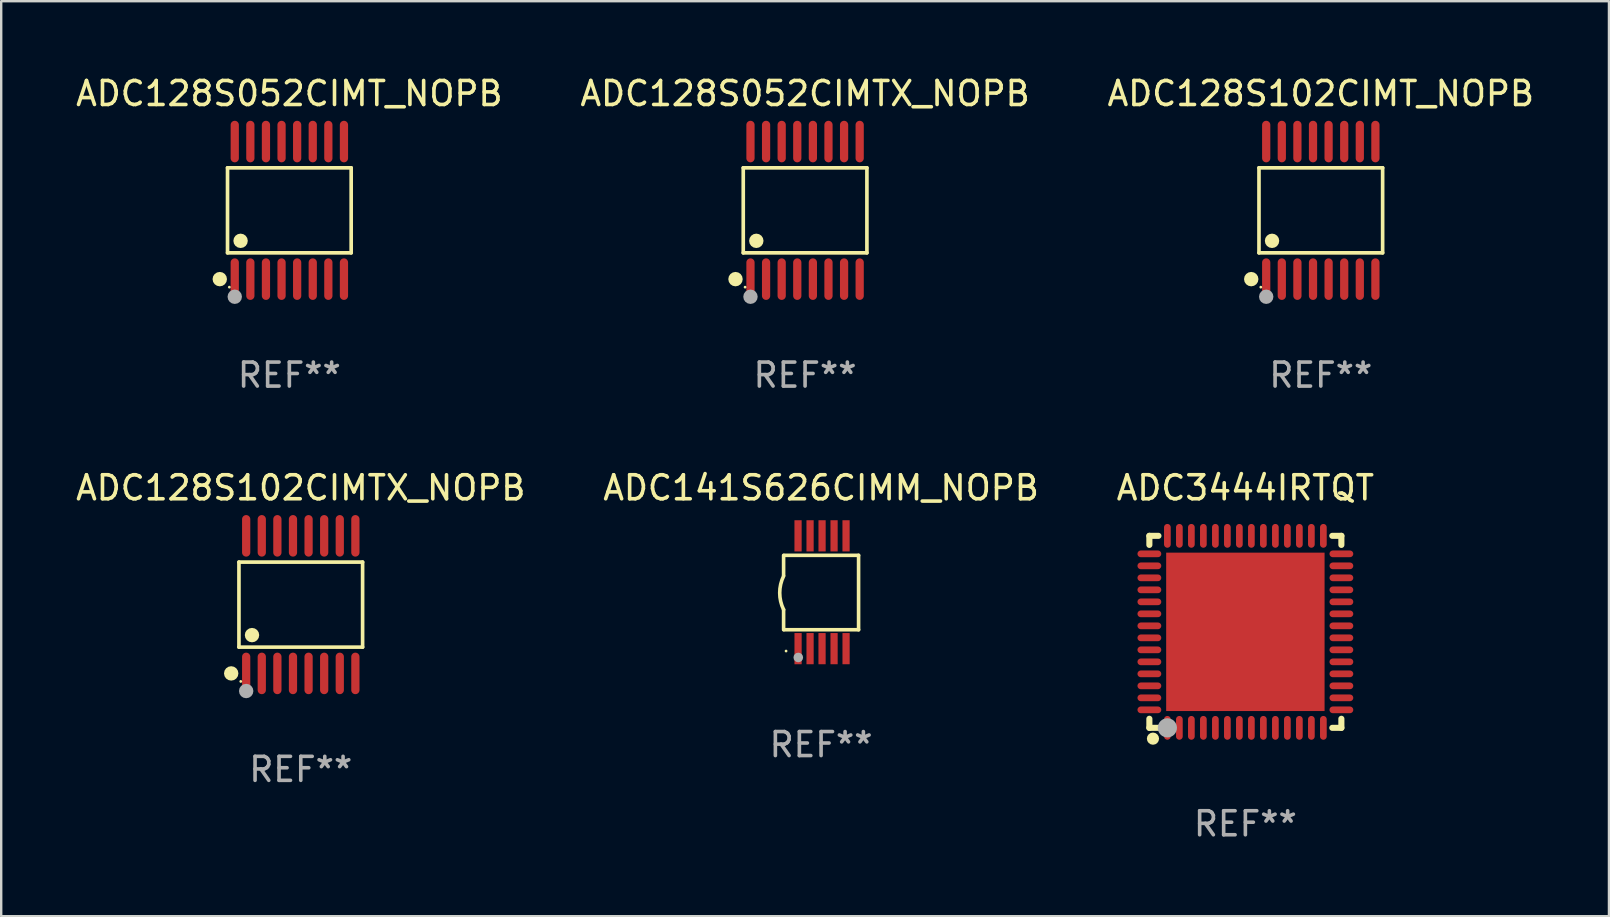
<source format=kicad_pcb>
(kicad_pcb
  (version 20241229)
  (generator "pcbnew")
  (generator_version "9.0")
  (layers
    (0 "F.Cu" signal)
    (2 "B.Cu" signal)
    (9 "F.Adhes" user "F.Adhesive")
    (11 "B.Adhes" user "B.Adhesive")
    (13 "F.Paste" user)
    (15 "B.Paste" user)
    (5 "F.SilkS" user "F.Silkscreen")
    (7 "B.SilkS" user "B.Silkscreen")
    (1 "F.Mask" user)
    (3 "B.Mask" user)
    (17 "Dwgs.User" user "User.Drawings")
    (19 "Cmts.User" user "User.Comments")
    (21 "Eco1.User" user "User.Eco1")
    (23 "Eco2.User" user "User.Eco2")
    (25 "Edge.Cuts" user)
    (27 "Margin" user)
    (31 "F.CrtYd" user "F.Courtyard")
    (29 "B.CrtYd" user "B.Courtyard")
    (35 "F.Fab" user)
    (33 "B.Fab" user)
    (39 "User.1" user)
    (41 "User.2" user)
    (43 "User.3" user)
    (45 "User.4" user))
  (footprint "ADC128S052CIMT_NOPB"
    (layer "F.Cu")
    (at 9.006 5.714)
    (property "Reference" "ADC128S052CIMT_NOPB" (at 0 -4.866 0) (layer "F.SilkS") (effects (font (size 1 1) (thickness 0.15))))
    (attr through_hole)
    (fp_line (start -2.576 -1.772) (end 2.576 -1.772) (stroke (width 0.152) (type solid)) (layer "F.SilkS"))
    (fp_line (start -2.576 1.771) (end -2.576 -1.772) (stroke (width 0.152) (type solid)) (layer "F.SilkS"))
    (fp_line (start 2.576 -1.772) (end 2.576 1.771) (stroke (width 0.152) (type solid)) (layer "F.SilkS"))
    (fp_line (start 2.576 1.771) (end -2.576 1.771) (stroke (width 0.152) (type solid)) (layer "F.SilkS"))
    (fp_circle (center -2.899 2.866) (end -2.749 2.866) (stroke (width 0.3) (type solid)) (fill no) (layer "F.SilkS"))
    (fp_circle (center -2.5 3.2) (end -2.47 3.2) (stroke (width 0.06) (type solid)) (fill no) (layer "F.SilkS"))
    (fp_circle (center -2.032 1.27) (end -1.882 1.27) (stroke (width 0.3) (type solid)) (fill no) (layer "F.SilkS"))
    (fp_circle (center -2.275 3.6) (end -2.125 3.6) (stroke (width 0.3) (type solid)) (fill no) (layer "F.Fab"))
    (fp_text user "REF**" (at 0 6.866 0) (layer "F.Fab") (effects (font (size 1 1) (thickness 0.15))))
    (pad "1" smd oval (at -2.275 2.866) (size 0.343 1.731) (layers "F.Cu" "F.Mask" "F.Paste"))
    (pad "2" smd oval (at -1.625 2.866) (size 0.343 1.731) (layers "F.Cu" "F.Mask" "F.Paste"))
    (pad "3" smd oval (at -0.975 2.866) (size 0.343 1.731) (layers "F.Cu" "F.Mask" "F.Paste"))
    (pad "4" smd oval (at -0.325 2.866) (size 0.343 1.731) (layers "F.Cu" "F.Mask" "F.Paste"))
    (pad "5" smd oval (at 0.325 2.866) (size 0.343 1.731) (layers "F.Cu" "F.Mask" "F.Paste"))
    (pad "6" smd oval (at 0.975 2.866) (size 0.343 1.731) (layers "F.Cu" "F.Mask" "F.Paste"))
    (pad "7" smd oval (at 1.625 2.866) (size 0.343 1.731) (layers "F.Cu" "F.Mask" "F.Paste"))
    (pad "8" smd oval (at 2.275 2.866) (size 0.343 1.731) (layers "F.Cu" "F.Mask" "F.Paste"))
    (pad "9" smd oval (at 2.275 -2.866) (size 0.343 1.731) (layers "F.Cu" "F.Mask" "F.Paste"))
    (pad "10" smd oval (at 1.625 -2.866) (size 0.343 1.731) (layers "F.Cu" "F.Mask" "F.Paste"))
    (pad "11" smd oval (at 0.975 -2.866) (size 0.343 1.731) (layers "F.Cu" "F.Mask" "F.Paste"))
    (pad "12" smd oval (at 0.325 -2.866) (size 0.343 1.731) (layers "F.Cu" "F.Mask" "F.Paste"))
    (pad "13" smd oval (at -0.325 -2.866) (size 0.343 1.731) (layers "F.Cu" "F.Mask" "F.Paste"))
    (pad "14" smd oval (at -0.975 -2.866) (size 0.343 1.731) (layers "F.Cu" "F.Mask" "F.Paste"))
    (pad "15" smd oval (at -1.625 -2.866) (size 0.343 1.731) (layers "F.Cu" "F.Mask" "F.Paste"))
    (pad "16" smd oval (at -2.275 -2.866) (size 0.343 1.731) (layers "F.Cu" "F.Mask" "F.Paste")))
  (footprint "ADC128S102CIMTX_NOPB"
    (layer "F.Cu")
    (at 9.482 22.142)
    (property "Reference" "ADC128S102CIMTX_NOPB" (at 0 -4.866 0) (layer "F.SilkS") (effects (font (size 1 1) (thickness 0.15))))
    (attr through_hole)
    (fp_line (start -2.576 -1.772) (end 2.576 -1.772) (stroke (width 0.152) (type solid)) (layer "F.SilkS"))
    (fp_line (start -2.576 1.771) (end -2.576 -1.772) (stroke (width 0.152) (type solid)) (layer "F.SilkS"))
    (fp_line (start 2.576 -1.772) (end 2.576 1.771) (stroke (width 0.152) (type solid)) (layer "F.SilkS"))
    (fp_line (start 2.576 1.771) (end -2.576 1.771) (stroke (width 0.152) (type solid)) (layer "F.SilkS"))
    (fp_circle (center -2.899 2.866) (end -2.749 2.866) (stroke (width 0.3) (type solid)) (fill no) (layer "F.SilkS"))
    (fp_circle (center -2.5 3.2) (end -2.47 3.2) (stroke (width 0.06) (type solid)) (fill no) (layer "F.SilkS"))
    (fp_circle (center -2.032 1.27) (end -1.882 1.27) (stroke (width 0.3) (type solid)) (fill no) (layer "F.SilkS"))
    (fp_circle (center -2.275 3.6) (end -2.125 3.6) (stroke (width 0.3) (type solid)) (fill no) (layer "F.Fab"))
    (fp_text user "REF**" (at 0 6.866 0) (layer "F.Fab") (effects (font (size 1 1) (thickness 0.15))))
    (pad "1" smd oval (at -2.275 2.866) (size 0.343 1.731) (layers "F.Cu" "F.Mask" "F.Paste"))
    (pad "2" smd oval (at -1.625 2.866) (size 0.343 1.731) (layers "F.Cu" "F.Mask" "F.Paste"))
    (pad "3" smd oval (at -0.975 2.866) (size 0.343 1.731) (layers "F.Cu" "F.Mask" "F.Paste"))
    (pad "4" smd oval (at -0.325 2.866) (size 0.343 1.731) (layers "F.Cu" "F.Mask" "F.Paste"))
    (pad "5" smd oval (at 0.325 2.866) (size 0.343 1.731) (layers "F.Cu" "F.Mask" "F.Paste"))
    (pad "6" smd oval (at 0.975 2.866) (size 0.343 1.731) (layers "F.Cu" "F.Mask" "F.Paste"))
    (pad "7" smd oval (at 1.625 2.866) (size 0.343 1.731) (layers "F.Cu" "F.Mask" "F.Paste"))
    (pad "8" smd oval (at 2.275 2.866) (size 0.343 1.731) (layers "F.Cu" "F.Mask" "F.Paste"))
    (pad "9" smd oval (at 2.275 -2.866) (size 0.343 1.731) (layers "F.Cu" "F.Mask" "F.Paste"))
    (pad "10" smd oval (at 1.625 -2.866) (size 0.343 1.731) (layers "F.Cu" "F.Mask" "F.Paste"))
    (pad "11" smd oval (at 0.975 -2.866) (size 0.343 1.731) (layers "F.Cu" "F.Mask" "F.Paste"))
    (pad "12" smd oval (at 0.325 -2.866) (size 0.343 1.731) (layers "F.Cu" "F.Mask" "F.Paste"))
    (pad "13" smd oval (at -0.325 -2.866) (size 0.343 1.731) (layers "F.Cu" "F.Mask" "F.Paste"))
    (pad "14" smd oval (at -0.975 -2.866) (size 0.343 1.731) (layers "F.Cu" "F.Mask" "F.Paste"))
    (pad "15" smd oval (at -1.625 -2.866) (size 0.343 1.731) (layers "F.Cu" "F.Mask" "F.Paste"))
    (pad "16" smd oval (at -2.275 -2.866) (size 0.343 1.731) (layers "F.Cu" "F.Mask" "F.Paste")))
  (footprint "ADC141S626CIMM_NOPB"
    (layer "F.Cu")
    (at 31.161 21.626)
    (property "Reference" "ADC141S626CIMM_NOPB" (at 0 -4.35 0) (layer "F.SilkS") (effects (font (size 1 1) (thickness 0.15))))
    (attr through_hole)
    (fp_line (start -1.562 -1.537) (end -1.562 -0.698) (stroke (width 0.15) (type solid)) (layer "F.SilkS"))
    (fp_line (start -1.562 0.724) (end -1.562 1.562) (stroke (width 0.15) (type solid)) (layer "F.SilkS"))
    (fp_line (start -1.538 -1.537) (end 1.562 -1.537) (stroke (width 0.15) (type solid)) (layer "F.SilkS"))
    (fp_line (start -1.538 1.562) (end 1.562 1.562) (stroke (width 0.15) (type solid)) (layer "F.SilkS"))
    (fp_line (start 1.562 1.564) (end 1.562 -1.537) (stroke (width 0.15) (type solid)) (layer "F.SilkS"))
    (fp_arc (start -1.562103 0.724079) (mid -1.723579 0.025578) (end -1.562103 -0.672924) (stroke (width 0.150013) (type solid)) (layer "F.SilkS"))
    (fp_circle (center -1.459 2.45) (end -1.429 2.45) (stroke (width 0.06) (type solid)) (fill no) (layer "F.SilkS"))
    (fp_circle (center -0.95 2.718) (end -0.85 2.718) (stroke (width 0.2) (type solid)) (fill no) (layer "F.Fab"))
    (fp_text user "REF**" (at 0 6.35 0) (layer "F.Fab") (effects (font (size 1 1) (thickness 0.15))))
    (pad "1" smd rect (at -0.959 2.35) (size 0.3 1.3) (layers "F.Cu" "F.Mask" "F.Paste"))
    (pad "2" smd rect (at -0.459 2.35) (size 0.3 1.3) (layers "F.Cu" "F.Mask" "F.Paste"))
    (pad "3" smd rect (at 0.04 2.35) (size 0.3 1.3) (layers "F.Cu" "F.Mask" "F.Paste"))
    (pad "4" smd rect (at 0.541 2.35) (size 0.3 1.3) (layers "F.Cu" "F.Mask" "F.Paste"))
    (pad "5" smd rect (at 1.041 2.35) (size 0.3 1.3) (layers "F.Cu" "F.Mask" "F.Paste"))
    (pad "6" smd rect (at 1.04 -2.35) (size 0.3 1.3) (layers "F.Cu" "F.Mask" "F.Paste"))
    (pad "7" smd rect (at 0.541 -2.35) (size 0.3 1.3) (layers "F.Cu" "F.Mask" "F.Paste"))
    (pad "8" smd rect (at 0.041 -2.35) (size 0.3 1.3) (layers "F.Cu" "F.Mask" "F.Paste"))
    (pad "9" smd rect (at -0.459 -2.35) (size 0.3 1.3) (layers "F.Cu" "F.Mask" "F.Paste"))
    (pad "10" smd rect (at -0.96 -2.35) (size 0.3 1.3) (layers "F.Cu" "F.Mask" "F.Paste")))
  (footprint "ADC128S102CIMT_NOPB"
    (layer "F.Cu")
    (at 51.982 5.714)
    (property "Reference" "ADC128S102CIMT_NOPB" (at 0 -4.866 0) (layer "F.SilkS") (effects (font (size 1 1) (thickness 0.15))))
    (attr through_hole)
    (fp_line (start -2.576 -1.772) (end 2.576 -1.772) (stroke (width 0.152) (type solid)) (layer "F.SilkS"))
    (fp_line (start -2.576 1.771) (end -2.576 -1.772) (stroke (width 0.152) (type solid)) (layer "F.SilkS"))
    (fp_line (start 2.576 -1.772) (end 2.576 1.771) (stroke (width 0.152) (type solid)) (layer "F.SilkS"))
    (fp_line (start 2.576 1.771) (end -2.576 1.771) (stroke (width 0.152) (type solid)) (layer "F.SilkS"))
    (fp_circle (center -2.899 2.866) (end -2.749 2.866) (stroke (width 0.3) (type solid)) (fill no) (layer "F.SilkS"))
    (fp_circle (center -2.5 3.2) (end -2.47 3.2) (stroke (width 0.06) (type solid)) (fill no) (layer "F.SilkS"))
    (fp_circle (center -2.032 1.27) (end -1.882 1.27) (stroke (width 0.3) (type solid)) (fill no) (layer "F.SilkS"))
    (fp_circle (center -2.275 3.6) (end -2.125 3.6) (stroke (width 0.3) (type solid)) (fill no) (layer "F.Fab"))
    (fp_text user "REF**" (at 0 6.866 0) (layer "F.Fab") (effects (font (size 1 1) (thickness 0.15))))
    (pad "1" smd oval (at -2.275 2.866) (size 0.343 1.731) (layers "F.Cu" "F.Mask" "F.Paste"))
    (pad "2" smd oval (at -1.625 2.866) (size 0.343 1.731) (layers "F.Cu" "F.Mask" "F.Paste"))
    (pad "3" smd oval (at -0.975 2.866) (size 0.343 1.731) (layers "F.Cu" "F.Mask" "F.Paste"))
    (pad "4" smd oval (at -0.325 2.866) (size 0.343 1.731) (layers "F.Cu" "F.Mask" "F.Paste"))
    (pad "5" smd oval (at 0.325 2.866) (size 0.343 1.731) (layers "F.Cu" "F.Mask" "F.Paste"))
    (pad "6" smd oval (at 0.975 2.866) (size 0.343 1.731) (layers "F.Cu" "F.Mask" "F.Paste"))
    (pad "7" smd oval (at 1.625 2.866) (size 0.343 1.731) (layers "F.Cu" "F.Mask" "F.Paste"))
    (pad "8" smd oval (at 2.275 2.866) (size 0.343 1.731) (layers "F.Cu" "F.Mask" "F.Paste"))
    (pad "9" smd oval (at 2.275 -2.866) (size 0.343 1.731) (layers "F.Cu" "F.Mask" "F.Paste"))
    (pad "10" smd oval (at 1.625 -2.866) (size 0.343 1.731) (layers "F.Cu" "F.Mask" "F.Paste"))
    (pad "11" smd oval (at 0.975 -2.866) (size 0.343 1.731) (layers "F.Cu" "F.Mask" "F.Paste"))
    (pad "12" smd oval (at 0.325 -2.866) (size 0.343 1.731) (layers "F.Cu" "F.Mask" "F.Paste"))
    (pad "13" smd oval (at -0.325 -2.866) (size 0.343 1.731) (layers "F.Cu" "F.Mask" "F.Paste"))
    (pad "14" smd oval (at -0.975 -2.866) (size 0.343 1.731) (layers "F.Cu" "F.Mask" "F.Paste"))
    (pad "15" smd oval (at -1.625 -2.866) (size 0.343 1.731) (layers "F.Cu" "F.Mask" "F.Paste"))
    (pad "16" smd oval (at -2.275 -2.866) (size 0.343 1.731) (layers "F.Cu" "F.Mask" "F.Paste")))
  (footprint "ADC128S052CIMTX_NOPB"
    (layer "F.Cu")
    (at 30.494 5.714)
    (property "Reference" "ADC128S052CIMTX_NOPB" (at 0 -4.866 0) (layer "F.SilkS") (effects (font (size 1 1) (thickness 0.15))))
    (attr through_hole)
    (fp_line (start -2.576 -1.772) (end 2.576 -1.772) (stroke (width 0.152) (type solid)) (layer "F.SilkS"))
    (fp_line (start -2.576 1.771) (end -2.576 -1.772) (stroke (width 0.152) (type solid)) (layer "F.SilkS"))
    (fp_line (start 2.576 -1.772) (end 2.576 1.771) (stroke (width 0.152) (type solid)) (layer "F.SilkS"))
    (fp_line (start 2.576 1.771) (end -2.576 1.771) (stroke (width 0.152) (type solid)) (layer "F.SilkS"))
    (fp_circle (center -2.899 2.866) (end -2.749 2.866) (stroke (width 0.3) (type solid)) (fill no) (layer "F.SilkS"))
    (fp_circle (center -2.5 3.2) (end -2.47 3.2) (stroke (width 0.06) (type solid)) (fill no) (layer "F.SilkS"))
    (fp_circle (center -2.032 1.27) (end -1.882 1.27) (stroke (width 0.3) (type solid)) (fill no) (layer "F.SilkS"))
    (fp_circle (center -2.275 3.6) (end -2.125 3.6) (stroke (width 0.3) (type solid)) (fill no) (layer "F.Fab"))
    (fp_text user "REF**" (at 0 6.866 0) (layer "F.Fab") (effects (font (size 1 1) (thickness 0.15))))
    (pad "1" smd oval (at -2.275 2.866) (size 0.343 1.731) (layers "F.Cu" "F.Mask" "F.Paste"))
    (pad "2" smd oval (at -1.625 2.866) (size 0.343 1.731) (layers "F.Cu" "F.Mask" "F.Paste"))
    (pad "3" smd oval (at -0.975 2.866) (size 0.343 1.731) (layers "F.Cu" "F.Mask" "F.Paste"))
    (pad "4" smd oval (at -0.325 2.866) (size 0.343 1.731) (layers "F.Cu" "F.Mask" "F.Paste"))
    (pad "5" smd oval (at 0.325 2.866) (size 0.343 1.731) (layers "F.Cu" "F.Mask" "F.Paste"))
    (pad "6" smd oval (at 0.975 2.866) (size 0.343 1.731) (layers "F.Cu" "F.Mask" "F.Paste"))
    (pad "7" smd oval (at 1.625 2.866) (size 0.343 1.731) (layers "F.Cu" "F.Mask" "F.Paste"))
    (pad "8" smd oval (at 2.275 2.866) (size 0.343 1.731) (layers "F.Cu" "F.Mask" "F.Paste"))
    (pad "9" smd oval (at 2.275 -2.866) (size 0.343 1.731) (layers "F.Cu" "F.Mask" "F.Paste"))
    (pad "10" smd oval (at 1.625 -2.866) (size 0.343 1.731) (layers "F.Cu" "F.Mask" "F.Paste"))
    (pad "11" smd oval (at 0.975 -2.866) (size 0.343 1.731) (layers "F.Cu" "F.Mask" "F.Paste"))
    (pad "12" smd oval (at 0.325 -2.866) (size 0.343 1.731) (layers "F.Cu" "F.Mask" "F.Paste"))
    (pad "13" smd oval (at -0.325 -2.866) (size 0.343 1.731) (layers "F.Cu" "F.Mask" "F.Paste"))
    (pad "14" smd oval (at -0.975 -2.866) (size 0.343 1.731) (layers "F.Cu" "F.Mask" "F.Paste"))
    (pad "15" smd oval (at -1.625 -2.866) (size 0.343 1.731) (layers "F.Cu" "F.Mask" "F.Paste"))
    (pad "16" smd oval (at -2.275 -2.866) (size 0.343 1.731) (layers "F.Cu" "F.Mask" "F.Paste")))
  (footprint "ADC3444IRTQT"
    (layer "F.Cu")
    (at 48.839 23.276)
    (property "Reference" "ADC3444IRTQT" (at 0 -6 0) (layer "F.SilkS") (effects (font (size 1 1) (thickness 0.15))))
    (attr through_hole)
    (fp_line (start -4 -4) (end -3.622 -4) (stroke (width 0.254) (type solid)) (layer "F.SilkS"))
    (fp_line (start -4 -3.622) (end -4 -4) (stroke (width 0.254) (type solid)) (layer "F.SilkS"))
    (fp_line (start -4 4) (end -4 3.622) (stroke (width 0.254) (type solid)) (layer "F.SilkS"))
    (fp_line (start -4 4) (end -3.622 4) (stroke (width 0.254) (type solid)) (layer "F.SilkS"))
    (fp_line (start 3.622 -4) (end 4 -4) (stroke (width 0.254) (type solid)) (layer "F.SilkS"))
    (fp_line (start 3.622 4) (end 4 4) (stroke (width 0.254) (type solid)) (layer "F.SilkS"))
    (fp_line (start 4 -4) (end 4 -3.622) (stroke (width 0.254) (type solid)) (layer "F.SilkS"))
    (fp_line (start 4 3.622) (end 4 4) (stroke (width 0.254) (type solid)) (layer "F.SilkS"))
    (fp_circle (center -4 4) (end -3.97 4) (stroke (width 0.06) (type solid)) (fill no) (layer "F.SilkS"))
    (fp_circle (center -3.85 4.45) (end -3.723 4.45) (stroke (width 0.254) (type solid)) (fill no) (layer "F.SilkS"))
    (fp_circle (center -3.25 4) (end -3.05 4) (stroke (width 0.4) (type solid)) (fill no) (layer "F.Fab"))
    (fp_text user "REF**" (at 0 8 0) (layer "F.Fab") (effects (font (size 1 1) (thickness 0.15))))
    (pad "1" smd oval (at -3.25 4) (size 0.279 0.991) (layers "F.Cu" "F.Mask" "F.Paste"))
    (pad "2" smd oval (at -2.75 4) (size 0.279 0.991) (layers "F.Cu" "F.Mask" "F.Paste"))
    (pad "3" smd oval (at -2.25 4) (size 0.279 0.991) (layers "F.Cu" "F.Mask" "F.Paste"))
    (pad "4" smd oval (at -1.75 4) (size 0.279 0.991) (layers "F.Cu" "F.Mask" "F.Paste"))
    (pad "5" smd oval (at -1.25 4) (size 0.279 0.991) (layers "F.Cu" "F.Mask" "F.Paste"))
    (pad "6" smd oval (at -0.75 4) (size 0.279 0.991) (layers "F.Cu" "F.Mask" "F.Paste"))
    (pad "7" smd oval (at -0.25 4) (size 0.279 0.991) (layers "F.Cu" "F.Mask" "F.Paste"))
    (pad "8" smd oval (at 0.25 4) (size 0.279 0.991) (layers "F.Cu" "F.Mask" "F.Paste"))
    (pad "9" smd oval (at 0.75 4) (size 0.279 0.991) (layers "F.Cu" "F.Mask" "F.Paste"))
    (pad "10" smd oval (at 1.25 4) (size 0.279 0.991) (layers "F.Cu" "F.Mask" "F.Paste"))
    (pad "11" smd oval (at 1.75 4) (size 0.279 0.991) (layers "F.Cu" "F.Mask" "F.Paste"))
    (pad "12" smd oval (at 2.25 4) (size 0.279 0.991) (layers "F.Cu" "F.Mask" "F.Paste"))
    (pad "13" smd oval (at 2.75 4) (size 0.279 0.991) (layers "F.Cu" "F.Mask" "F.Paste"))
    (pad "14" smd oval (at 3.25 4) (size 0.279 0.991) (layers "F.Cu" "F.Mask" "F.Paste"))
    (pad "15" smd oval (at 4 3.25) (size 0.991 0.279) (layers "F.Cu" "F.Mask" "F.Paste"))
    (pad "16" smd oval (at 4 2.75) (size 0.991 0.279) (layers "F.Cu" "F.Mask" "F.Paste"))
    (pad "17" smd oval (at 4 2.25) (size 0.991 0.279) (layers "F.Cu" "F.Mask" "F.Paste"))
    (pad "18" smd oval (at 4 1.75) (size 0.991 0.279) (layers "F.Cu" "F.Mask" "F.Paste"))
    (pad "19" smd oval (at 4 1.25) (size 0.991 0.279) (layers "F.Cu" "F.Mask" "F.Paste"))
    (pad "20" smd oval (at 4 0.75) (size 0.991 0.279) (layers "F.Cu" "F.Mask" "F.Paste"))
    (pad "21" smd oval (at 4 0.25) (size 0.991 0.279) (layers "F.Cu" "F.Mask" "F.Paste"))
    (pad "22" smd oval (at 4 -0.25) (size 0.991 0.279) (layers "F.Cu" "F.Mask" "F.Paste"))
    (pad "23" smd oval (at 4 -0.75) (size 0.991 0.279) (layers "F.Cu" "F.Mask" "F.Paste"))
    (pad "24" smd oval (at 4 -1.25) (size 0.991 0.279) (layers "F.Cu" "F.Mask" "F.Paste"))
    (pad "25" smd oval (at 4 -1.75) (size 0.991 0.279) (layers "F.Cu" "F.Mask" "F.Paste"))
    (pad "26" smd oval (at 4 -2.25) (size 0.991 0.279) (layers "F.Cu" "F.Mask" "F.Paste"))
    (pad "27" smd oval (at 4 -2.75) (size 0.991 0.279) (layers "F.Cu" "F.Mask" "F.Paste"))
    (pad "28" smd oval (at 4 -3.25) (size 0.991 0.279) (layers "F.Cu" "F.Mask" "F.Paste"))
    (pad "29" smd oval (at 3.25 -4) (size 0.279 0.991) (layers "F.Cu" "F.Mask" "F.Paste"))
    (pad "30" smd oval (at 2.75 -4) (size 0.279 0.991) (layers "F.Cu" "F.Mask" "F.Paste"))
    (pad "31" smd oval (at 2.25 -4) (size 0.279 0.991) (layers "F.Cu" "F.Mask" "F.Paste"))
    (pad "32" smd oval (at 1.75 -4) (size 0.279 0.991) (layers "F.Cu" "F.Mask" "F.Paste"))
    (pad "33" smd oval (at 1.25 -4) (size 0.279 0.991) (layers "F.Cu" "F.Mask" "F.Paste"))
    (pad "34" smd oval (at 0.75 -4) (size 0.279 0.991) (layers "F.Cu" "F.Mask" "F.Paste"))
    (pad "35" smd oval (at 0.25 -4) (size 0.279 0.991) (layers "F.Cu" "F.Mask" "F.Paste"))
    (pad "36" smd oval (at -0.25 -4) (size 0.279 0.991) (layers "F.Cu" "F.Mask" "F.Paste"))
    (pad "37" smd oval (at -0.75 -4) (size 0.279 0.991) (layers "F.Cu" "F.Mask" "F.Paste"))
    (pad "38" smd oval (at -1.25 -4) (size 0.279 0.991) (layers "F.Cu" "F.Mask" "F.Paste"))
    (pad "39" smd oval (at -1.75 -4) (size 0.279 0.991) (layers "F.Cu" "F.Mask" "F.Paste"))
    (pad "40" smd oval (at -2.25 -4) (size 0.279 0.991) (layers "F.Cu" "F.Mask" "F.Paste"))
    (pad "41" smd oval (at -2.75 -4) (size 0.279 0.991) (layers "F.Cu" "F.Mask" "F.Paste"))
    (pad "42" smd oval (at -3.25 -4) (size 0.279 0.991) (layers "F.Cu" "F.Mask" "F.Paste"))
    (pad "43" smd oval (at -4 -3.25) (size 0.991 0.279) (layers "F.Cu" "F.Mask" "F.Paste"))
    (pad "44" smd oval (at -4 -2.75) (size 0.991 0.279) (layers "F.Cu" "F.Mask" "F.Paste"))
    (pad "45" smd oval (at -4 -2.25) (size 0.991 0.279) (layers "F.Cu" "F.Mask" "F.Paste"))
    (pad "46" smd oval (at -4 -1.75) (size 0.991 0.279) (layers "F.Cu" "F.Mask" "F.Paste"))
    (pad "47" smd oval (at -4 -1.25) (size 0.991 0.279) (layers "F.Cu" "F.Mask" "F.Paste"))
    (pad "48" smd oval (at -4 -0.75) (size 0.991 0.279) (layers "F.Cu" "F.Mask" "F.Paste"))
    (pad "49" smd oval (at -4 -0.25) (size 0.991 0.279) (layers "F.Cu" "F.Mask" "F.Paste"))
    (pad "50" smd oval (at -4 0.25) (size 0.991 0.279) (layers "F.Cu" "F.Mask" "F.Paste"))
    (pad "51" smd oval (at -4 0.75) (size 0.991 0.279) (layers "F.Cu" "F.Mask" "F.Paste"))
    (pad "52" smd oval (at -4 1.25) (size 0.991 0.279) (layers "F.Cu" "F.Mask" "F.Paste"))
    (pad "53" smd oval (at -4 1.75) (size 0.991 0.279) (layers "F.Cu" "F.Mask" "F.Paste"))
    (pad "54" smd oval (at -4 2.25) (size 0.991 0.279) (layers "F.Cu" "F.Mask" "F.Paste"))
    (pad "55" smd oval (at -4 2.75) (size 0.991 0.279) (layers "F.Cu" "F.Mask" "F.Paste"))
    (pad "56" smd oval (at -4 3.25) (size 0.991 0.279) (layers "F.Cu" "F.Mask" "F.Paste"))
    (pad "57" smd rect (at 0 0 90) (size 6.6 6.6) (layers "F.Cu" "F.Mask" "F.Paste")))
  (gr_rect
    (start -3 -3)
    (end 63.988 35.125)
    (stroke (width 0.1) (type default))
    (fill no)
    (layer "Edge.Cuts")))
</source>
